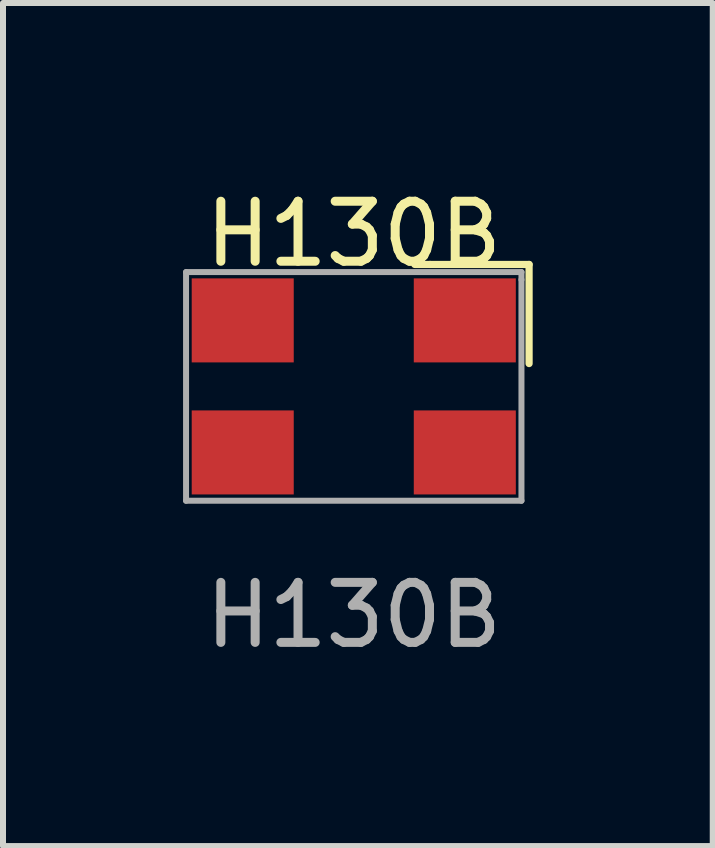
<source format=kicad_pcb>
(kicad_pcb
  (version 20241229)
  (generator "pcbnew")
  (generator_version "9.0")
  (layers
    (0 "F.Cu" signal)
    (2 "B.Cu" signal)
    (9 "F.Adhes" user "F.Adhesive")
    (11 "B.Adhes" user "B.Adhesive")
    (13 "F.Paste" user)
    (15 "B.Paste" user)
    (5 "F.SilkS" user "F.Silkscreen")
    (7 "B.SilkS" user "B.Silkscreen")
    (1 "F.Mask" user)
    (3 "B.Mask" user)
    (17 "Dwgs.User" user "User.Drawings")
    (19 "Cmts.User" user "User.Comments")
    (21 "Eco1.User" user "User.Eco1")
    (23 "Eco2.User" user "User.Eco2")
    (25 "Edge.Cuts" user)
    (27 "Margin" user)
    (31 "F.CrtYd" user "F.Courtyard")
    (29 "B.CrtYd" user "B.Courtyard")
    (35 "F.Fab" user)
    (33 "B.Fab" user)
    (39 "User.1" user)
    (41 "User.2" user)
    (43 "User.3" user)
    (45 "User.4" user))
  (footprint "H130B"
    (layer "F.Cu")
    (at 2.844 3.388)
    (property "Reference" "H130B" (at 0 -2.54 0) (unlocked yes) (layer "F.SilkS") (effects (font (size 1 1) (thickness 0.15))))
    (attr smd)
    (fp_line (start 1.27 -2.032) (end 1.016 -2.032) (stroke (width 0.12) (type solid)) (layer "F.SilkS"))
    (fp_line (start 1.27 -2.032) (end 2.921 -2.032) (stroke (width 0.12) (type solid)) (layer "F.SilkS"))
    (fp_line (start 2.921 -2.032) (end 2.921 -0.381) (stroke (width 0.12) (type solid)) (layer "F.SilkS"))
    (fp_line (start -2.794 -1.905) (end 2.794 -1.905) (stroke (width 0.1) (type solid)) (layer "F.Fab"))
    (fp_line (start -2.794 1.905) (end -2.794 -1.905) (stroke (width 0.1) (type solid)) (layer "F.Fab"))
    (fp_line (start 2.794 -1.905) (end 2.794 -1.778) (stroke (width 0.1) (type solid)) (layer "F.Fab"))
    (fp_line (start 2.794 -1.778) (end 2.794 1.905) (stroke (width 0.1) (type solid)) (layer "F.Fab"))
    (fp_line (start 2.794 1.905) (end -2.794 1.905) (stroke (width 0.1) (type solid)) (layer "F.Fab"))
    (fp_text user "${REFERENCE}" (at 0 3.81 0) (unlocked yes) (layer "F.Fab") (effects (font (size 1 1) (thickness 0.15))))
    (pad "1" smd rect (at 1.85 -1.1) (size 1.7 1.4) (layers "F.Cu" "F.Mask" "F.Paste"))
    (pad "2" smd rect (at -1.85 -1.1) (size 1.7 1.4) (layers "F.Cu" "F.Mask" "F.Paste"))
    (pad "3" smd rect (at -1.85 1.1) (size 1.7 1.4) (layers "F.Cu" "F.Mask" "F.Paste"))
    (pad "4" smd rect (at 1.85 1.1) (size 1.7 1.4) (layers "F.Cu" "F.Mask" "F.Paste")))
  (gr_rect
    (start -3 -3)
    (end 8.825 11.046)
    (stroke (width 0.1) (type default))
    (fill no)
    (layer "Edge.Cuts")))
</source>
